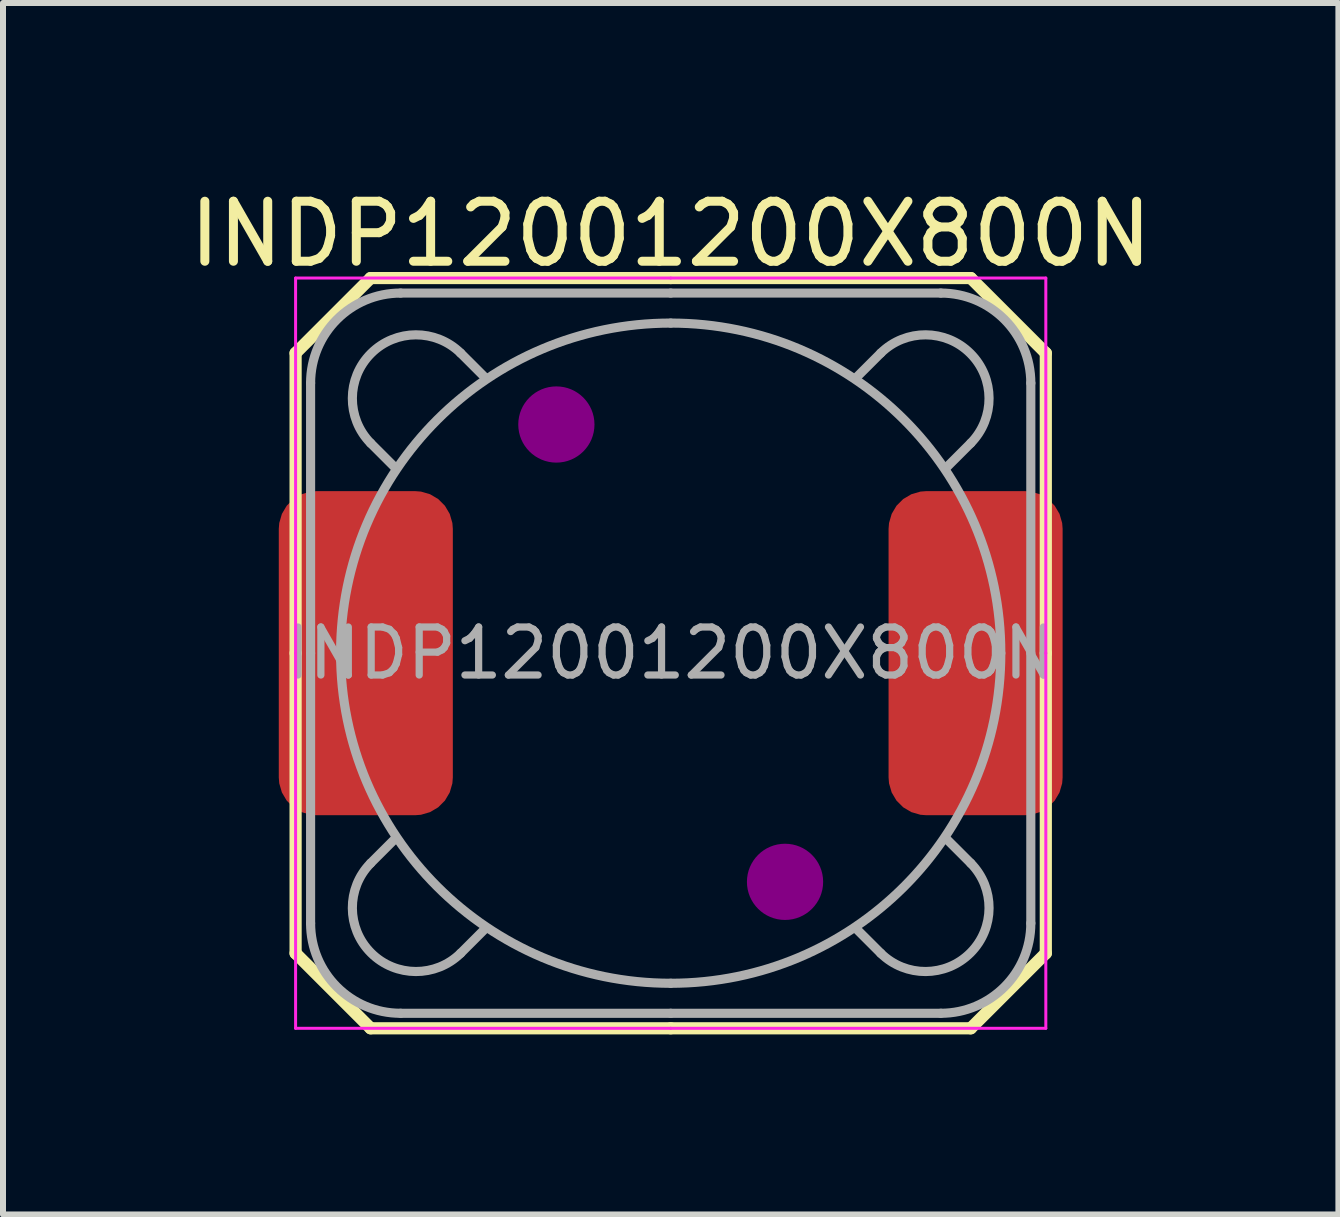
<source format=kicad_pcb>
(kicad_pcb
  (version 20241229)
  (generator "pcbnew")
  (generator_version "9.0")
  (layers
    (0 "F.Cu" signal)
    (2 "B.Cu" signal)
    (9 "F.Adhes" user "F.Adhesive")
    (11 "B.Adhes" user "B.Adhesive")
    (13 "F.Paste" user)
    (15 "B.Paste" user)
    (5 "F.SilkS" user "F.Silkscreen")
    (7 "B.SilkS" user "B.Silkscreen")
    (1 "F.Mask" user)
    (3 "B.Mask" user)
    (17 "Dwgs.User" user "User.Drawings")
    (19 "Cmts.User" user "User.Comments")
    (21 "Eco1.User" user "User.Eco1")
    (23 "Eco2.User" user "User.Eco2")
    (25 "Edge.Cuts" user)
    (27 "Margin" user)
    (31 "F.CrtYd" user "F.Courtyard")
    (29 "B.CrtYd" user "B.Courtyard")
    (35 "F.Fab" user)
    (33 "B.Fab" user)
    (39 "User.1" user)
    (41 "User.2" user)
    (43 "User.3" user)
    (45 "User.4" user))
  (footprint "INDP12001200X800N"
    (layer "F.Cu")
    (at 8.125 7.833)
    (property "Reference" "INDP12001200X800N" (at 0 -6.985 0) (layer "F.SilkS") (effects (font (size 1 1) (thickness 0.15))))
    (attr smd)
    (fp_line (start -6.25 -5) (end -6.25 0) (stroke (width 0.203) (type solid)) (layer "F.SilkS"))
    (fp_line (start -6.25 -5) (end -5 -6.25) (stroke (width 0.203) (type solid)) (layer "F.SilkS"))
    (fp_line (start -6.25 5) (end -6.25 -0.000004) (stroke (width 0.203) (type solid)) (layer "F.SilkS"))
    (fp_line (start -5 -6.25) (end 0 -6.25) (stroke (width 0.203) (type solid)) (layer "F.SilkS"))
    (fp_line (start -5 6.25) (end -6.25 5) (stroke (width 0.203) (type solid)) (layer "F.SilkS"))
    (fp_line (start -5 6.25) (end 0 6.25) (stroke (width 0.203) (type solid)) (layer "F.SilkS"))
    (fp_line (start 5 -6.25) (end -0.000004 -6.25) (stroke (width 0.203) (type solid)) (layer "F.SilkS"))
    (fp_line (start 5 -6.25) (end 6.25 -5) (stroke (width 0.203) (type solid)) (layer "F.SilkS"))
    (fp_line (start 5 6.25) (end -0.000004 6.25) (stroke (width 0.203) (type solid)) (layer "F.SilkS"))
    (fp_line (start 6.25 -5) (end 6.25 0) (stroke (width 0.203) (type solid)) (layer "F.SilkS"))
    (fp_line (start 6.25 5) (end 5 6.25) (stroke (width 0.203) (type solid)) (layer "F.SilkS"))
    (fp_line (start 6.25 5) (end 6.25 -0.000004) (stroke (width 0.203) (type solid)) (layer "F.SilkS"))
    (fp_circle (center -1.905 -3.81) (end -1.27 -3.81) (stroke (width 0) (type solid)) (fill yes) (layer "F.Adhes"))
    (fp_circle (center 1.905 3.81) (end 1.27 3.81) (stroke (width 0) (type solid)) (fill yes) (layer "F.Adhes"))
    (fp_line (start -6.25 -0.000004) (end -6.25 6.25) (stroke (width 0.05) (type solid)) (layer "F.CrtYd"))
    (fp_line (start -6.25 0) (end -6.25 -6.25) (stroke (width 0.05) (type solid)) (layer "F.CrtYd"))
    (fp_line (start -0.000004 -6.25) (end 6.25 -6.25) (stroke (width 0.05) (type solid)) (layer "F.CrtYd"))
    (fp_line (start -0.000004 6.25) (end 6.25 6.25) (stroke (width 0.05) (type solid)) (layer "F.CrtYd"))
    (fp_line (start 0 -6.25) (end -6.25 -6.25) (stroke (width 0.05) (type solid)) (layer "F.CrtYd"))
    (fp_line (start 0 6.25) (end -6.25 6.25) (stroke (width 0.05) (type solid)) (layer "F.CrtYd"))
    (fp_line (start 6.25 -0.000004) (end 6.25 6.25) (stroke (width 0.05) (type solid)) (layer "F.CrtYd"))
    (fp_line (start 6.25 0) (end 6.25 -6.25) (stroke (width 0.05) (type solid)) (layer "F.CrtYd"))
    (fp_line (start -6 0) (end -6 -4.5) (stroke (width 0.152) (type solid)) (layer "F.Fab"))
    (fp_line (start -6 4.5) (end -6 -0.000004) (stroke (width 0.152) (type solid)) (layer "F.Fab"))
    (fp_line (start -5 -3.5) (end -4.6 -3.1) (stroke (width 0.152) (type solid)) (layer "F.Fab"))
    (fp_line (start -5 3.5) (end -4.6 3.1) (stroke (width 0.152) (type solid)) (layer "F.Fab"))
    (fp_line (start -4.5 -6) (end 0 -6) (stroke (width 0.152) (type solid)) (layer "F.Fab"))
    (fp_line (start -3.5 -5) (end -3.1 -4.6) (stroke (width 0.152) (type solid)) (layer "F.Fab"))
    (fp_line (start -3.5 5) (end -3.1 4.6) (stroke (width 0.152) (type solid)) (layer "F.Fab"))
    (fp_line (start -0.000004 -6) (end 4.5 -6) (stroke (width 0.152) (type solid)) (layer "F.Fab"))
    (fp_line (start 0 6) (end -4.5 6) (stroke (width 0.152) (type solid)) (layer "F.Fab"))
    (fp_line (start 3.5 -5) (end 3.1 -4.6) (stroke (width 0.152) (type solid)) (layer "F.Fab"))
    (fp_line (start 3.5 5) (end 3.1 4.6) (stroke (width 0.152) (type solid)) (layer "F.Fab"))
    (fp_line (start 4.5 6) (end -0.000004 6) (stroke (width 0.152) (type solid)) (layer "F.Fab"))
    (fp_line (start 5 -3.5) (end 4.6 -3.1) (stroke (width 0.152) (type solid)) (layer "F.Fab"))
    (fp_line (start 5 3.5) (end 4.6 3.1) (stroke (width 0.152) (type solid)) (layer "F.Fab"))
    (fp_line (start 6 -4.5) (end 6 0) (stroke (width 0.152) (type solid)) (layer "F.Fab"))
    (fp_line (start 6 -0.000004) (end 6 4.5) (stroke (width 0.152) (type solid)) (layer "F.Fab"))
    (fp_arc (start -6 -4.5) (mid -5.56066 -5.56066) (end -4.5 -6) (stroke (width 0.1524) (type solid)) (layer "F.Fab"))
    (fp_arc (start -5.5 0) (mid -3.889088 -3.889088) (end 0 -5.5) (stroke (width 0.1524) (type solid)) (layer "F.Fab"))
    (fp_arc (start -4.999998 -3.500002) (mid -4.999998 -4.999998) (end -3.500002 -4.999998) (stroke (width 0.1524) (type solid)) (layer "F.Fab"))
    (fp_arc (start -4.5 5.999996) (mid -5.56066 5.560656) (end -6 4.499996) (stroke (width 0.1524) (type solid)) (layer "F.Fab"))
    (fp_arc (start -3.500002 4.999994) (mid -4.999998 4.999994) (end -4.999998 3.499998) (stroke (width 0.1524) (type solid)) (layer "F.Fab"))
    (fp_arc (start -0.000004 -5.5) (mid 3.889084 -3.889088) (end 5.499996 0) (stroke (width 0.1524) (type solid)) (layer "F.Fab"))
    (fp_arc (start 0 5.499996) (mid -3.889088 3.889084) (end -5.5 -0.000004) (stroke (width 0.1524) (type solid)) (layer "F.Fab"))
    (fp_arc (start 3.499998 -4.999998) (mid 4.999994 -4.999998) (end 4.999994 -3.500002) (stroke (width 0.1524) (type solid)) (layer "F.Fab"))
    (fp_arc (start 4.499996 -6) (mid 5.560656 -5.56066) (end 5.999996 -4.5) (stroke (width 0.1524) (type solid)) (layer "F.Fab"))
    (fp_arc (start 4.999994 3.499998) (mid 4.999994 4.999994) (end 3.499998 4.999994) (stroke (width 0.1524) (type solid)) (layer "F.Fab"))
    (fp_arc (start 5.499996 -0.000004) (mid 3.889084 3.889084) (end -0.000004 5.499996) (stroke (width 0.1524) (type solid)) (layer "F.Fab"))
    (fp_arc (start 5.999996 4.499996) (mid 5.560656 5.560656) (end 4.499996 5.999996) (stroke (width 0.1524) (type solid)) (layer "F.Fab"))
    (fp_text user "${REFERENCE}" (at -0.000002 -0.000002 0) (layer "F.Fab") (effects (font (size 0.8 0.8) (thickness 0.12))))
    (pad "1" smd roundrect (at -5.08 0) (size 2.9 5.4) (layers "F.Cu" "F.Mask" "F.Paste") (roundrect_rratio 0.217))
    (pad "2" smd roundrect (at 5.08 0) (size 2.9 5.4) (layers "F.Cu" "F.Mask" "F.Paste") (roundrect_rratio 0.217)))
  (gr_rect
    (start -3 -3)
    (end 19.25 17.185)
    (stroke (width 0.1) (type default))
    (fill no)
    (layer "Edge.Cuts")))
</source>
